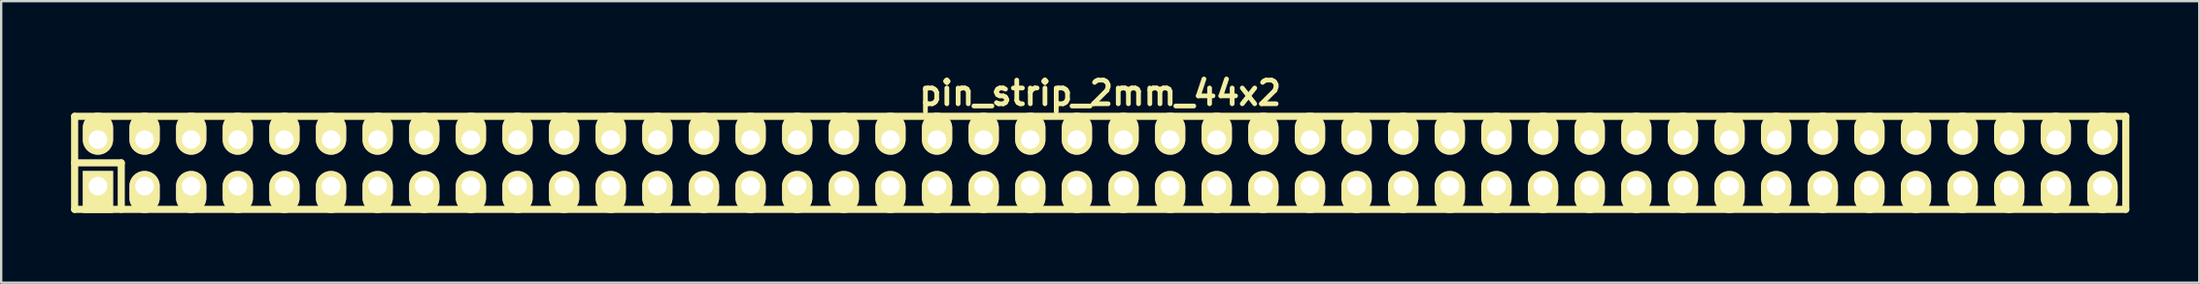
<source format=kicad_pcb>
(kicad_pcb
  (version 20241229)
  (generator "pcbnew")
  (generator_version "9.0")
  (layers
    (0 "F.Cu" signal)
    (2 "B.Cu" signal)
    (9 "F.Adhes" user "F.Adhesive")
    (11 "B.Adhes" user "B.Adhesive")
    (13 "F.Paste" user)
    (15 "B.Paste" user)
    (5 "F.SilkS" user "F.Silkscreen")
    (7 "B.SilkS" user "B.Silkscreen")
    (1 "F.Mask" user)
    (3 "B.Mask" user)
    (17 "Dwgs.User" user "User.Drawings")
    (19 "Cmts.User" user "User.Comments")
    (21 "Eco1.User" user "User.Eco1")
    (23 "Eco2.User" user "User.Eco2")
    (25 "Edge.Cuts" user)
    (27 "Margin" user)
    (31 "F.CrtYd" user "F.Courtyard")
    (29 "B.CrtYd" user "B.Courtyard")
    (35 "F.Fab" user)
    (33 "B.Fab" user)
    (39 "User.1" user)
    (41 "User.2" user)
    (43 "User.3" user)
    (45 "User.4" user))
  (footprint "pin_strip_2mm_44x2"
    (layer "F.Cu")
    (at 44.152 3.951)
    (property "Reference" "pin_strip_2mm_44x2" (at 0 -3 0) (layer "F.SilkS") (effects (font (size 1.016 1.016) (thickness 0.203))))
    (attr through_hole)
    (fp_line (start -44 -2) (end 44 -2) (stroke (width 0.305) (type solid)) (layer "F.SilkS"))
    (fp_line (start -44 0) (end -42 0) (stroke (width 0.305) (type solid)) (layer "F.SilkS"))
    (fp_line (start -44 2) (end -44 -2) (stroke (width 0.305) (type solid)) (layer "F.SilkS"))
    (fp_line (start -42 0) (end -42 2) (stroke (width 0.305) (type solid)) (layer "F.SilkS"))
    (fp_line (start 44 -2) (end 44 2) (stroke (width 0.305) (type solid)) (layer "F.SilkS"))
    (fp_line (start 44 2) (end -44 2) (stroke (width 0.305) (type solid)) (layer "F.SilkS"))
    (pad "1" thru_hole rect (at -43 1) (size 1.3 1.8) (drill 0.8 (offset 0 0.25)) (layers "*.Cu" "*.Mask" "F.SilkS"))
    (pad "2" thru_hole oval (at -43 -1) (size 1.3 1.8) (drill 0.8 (offset 0 -0.25)) (layers "*.Cu" "*.Mask" "F.SilkS"))
    (pad "3" thru_hole oval (at -41 1) (size 1.3 1.8) (drill 0.8 (offset 0 0.25)) (layers "*.Cu" "*.Mask" "F.SilkS"))
    (pad "4" thru_hole oval (at -41 -1) (size 1.3 1.8) (drill 0.8 (offset 0 -0.25)) (layers "*.Cu" "*.Mask" "F.SilkS"))
    (pad "5" thru_hole oval (at -39 1) (size 1.3 1.8) (drill 0.8 (offset 0 0.25)) (layers "*.Cu" "*.Mask" "F.SilkS"))
    (pad "6" thru_hole oval (at -39 -1) (size 1.3 1.8) (drill 0.8 (offset 0 -0.25)) (layers "*.Cu" "*.Mask" "F.SilkS"))
    (pad "7" thru_hole oval (at -37 1) (size 1.3 1.8) (drill 0.8 (offset 0 0.25)) (layers "*.Cu" "*.Mask" "F.SilkS"))
    (pad "8" thru_hole oval (at -37 -1) (size 1.3 1.8) (drill 0.8 (offset 0 -0.25)) (layers "*.Cu" "*.Mask" "F.SilkS"))
    (pad "9" thru_hole oval (at -35 1) (size 1.3 1.8) (drill 0.8 (offset 0 0.25)) (layers "*.Cu" "*.Mask" "F.SilkS"))
    (pad "10" thru_hole oval (at -35 -1) (size 1.3 1.8) (drill 0.8 (offset 0 -0.25)) (layers "*.Cu" "*.Mask" "F.SilkS"))
    (pad "11" thru_hole oval (at -33 1) (size 1.3 1.8) (drill 0.8 (offset 0 0.25)) (layers "*.Cu" "*.Mask" "F.SilkS"))
    (pad "12" thru_hole oval (at -33 -1) (size 1.3 1.8) (drill 0.8 (offset 0 -0.25)) (layers "*.Cu" "*.Mask" "F.SilkS"))
    (pad "13" thru_hole oval (at -31 1) (size 1.3 1.8) (drill 0.8 (offset 0 0.25)) (layers "*.Cu" "*.Mask" "F.SilkS"))
    (pad "14" thru_hole oval (at -31 -1) (size 1.3 1.8) (drill 0.8 (offset 0 -0.25)) (layers "*.Cu" "*.Mask" "F.SilkS"))
    (pad "15" thru_hole oval (at -29 1) (size 1.3 1.8) (drill 0.8 (offset 0 0.25)) (layers "*.Cu" "*.Mask" "F.SilkS"))
    (pad "16" thru_hole oval (at -29 -1) (size 1.3 1.8) (drill 0.8 (offset 0 -0.25)) (layers "*.Cu" "*.Mask" "F.SilkS"))
    (pad "17" thru_hole oval (at -27 1) (size 1.3 1.8) (drill 0.8 (offset 0 0.25)) (layers "*.Cu" "*.Mask" "F.SilkS"))
    (pad "18" thru_hole oval (at -27 -1) (size 1.3 1.8) (drill 0.8 (offset 0 -0.25)) (layers "*.Cu" "*.Mask" "F.SilkS"))
    (pad "19" thru_hole oval (at -25 1) (size 1.3 1.8) (drill 0.8 (offset 0 0.25)) (layers "*.Cu" "*.Mask" "F.SilkS"))
    (pad "20" thru_hole oval (at -25 -1) (size 1.3 1.8) (drill 0.8 (offset 0 -0.25)) (layers "*.Cu" "*.Mask" "F.SilkS"))
    (pad "21" thru_hole oval (at -23 1) (size 1.3 1.8) (drill 0.8 (offset 0 0.25)) (layers "*.Cu" "*.Mask" "F.SilkS"))
    (pad "22" thru_hole oval (at -23 -1) (size 1.3 1.8) (drill 0.8 (offset 0 -0.25)) (layers "*.Cu" "*.Mask" "F.SilkS"))
    (pad "23" thru_hole oval (at -21 1) (size 1.3 1.8) (drill 0.8 (offset 0 0.25)) (layers "*.Cu" "*.Mask" "F.SilkS"))
    (pad "24" thru_hole oval (at -21 -1) (size 1.3 1.8) (drill 0.8 (offset 0 -0.25)) (layers "*.Cu" "*.Mask" "F.SilkS"))
    (pad "25" thru_hole oval (at -19 1) (size 1.3 1.8) (drill 0.8 (offset 0 0.25)) (layers "*.Cu" "*.Mask" "F.SilkS"))
    (pad "26" thru_hole oval (at -19 -1) (size 1.3 1.8) (drill 0.8 (offset 0 -0.25)) (layers "*.Cu" "*.Mask" "F.SilkS"))
    (pad "27" thru_hole oval (at -17 1) (size 1.3 1.8) (drill 0.8 (offset 0 0.25)) (layers "*.Cu" "*.Mask" "F.SilkS"))
    (pad "28" thru_hole oval (at -17 -1) (size 1.3 1.8) (drill 0.8 (offset 0 -0.25)) (layers "*.Cu" "*.Mask" "F.SilkS"))
    (pad "29" thru_hole oval (at -15 1) (size 1.3 1.8) (drill 0.8 (offset 0 0.25)) (layers "*.Cu" "*.Mask" "F.SilkS"))
    (pad "30" thru_hole oval (at -15 -1) (size 1.3 1.8) (drill 0.8 (offset 0 -0.25)) (layers "*.Cu" "*.Mask" "F.SilkS"))
    (pad "31" thru_hole oval (at -13 1) (size 1.3 1.8) (drill 0.8 (offset 0 0.25)) (layers "*.Cu" "*.Mask" "F.SilkS"))
    (pad "32" thru_hole oval (at -13 -1) (size 1.3 1.8) (drill 0.8 (offset 0 -0.25)) (layers "*.Cu" "*.Mask" "F.SilkS"))
    (pad "33" thru_hole oval (at -11 1) (size 1.3 1.8) (drill 0.8 (offset 0 0.25)) (layers "*.Cu" "*.Mask" "F.SilkS"))
    (pad "34" thru_hole oval (at -11 -1) (size 1.3 1.8) (drill 0.8 (offset 0 -0.25)) (layers "*.Cu" "*.Mask" "F.SilkS"))
    (pad "35" thru_hole oval (at -9 1) (size 1.3 1.8) (drill 0.8 (offset 0 0.25)) (layers "*.Cu" "*.Mask" "F.SilkS"))
    (pad "36" thru_hole oval (at -9 -1) (size 1.3 1.8) (drill 0.8 (offset 0 -0.25)) (layers "*.Cu" "*.Mask" "F.SilkS"))
    (pad "37" thru_hole oval (at -7 1) (size 1.3 1.8) (drill 0.8 (offset 0 0.25)) (layers "*.Cu" "*.Mask" "F.SilkS"))
    (pad "38" thru_hole oval (at -7 -1) (size 1.3 1.8) (drill 0.8 (offset 0 -0.25)) (layers "*.Cu" "*.Mask" "F.SilkS"))
    (pad "39" thru_hole oval (at -5 1) (size 1.3 1.8) (drill 0.8 (offset 0 0.25)) (layers "*.Cu" "*.Mask" "F.SilkS"))
    (pad "40" thru_hole oval (at -5 -1) (size 1.3 1.8) (drill 0.8 (offset 0 -0.25)) (layers "*.Cu" "*.Mask" "F.SilkS"))
    (pad "41" thru_hole oval (at -3 1) (size 1.3 1.8) (drill 0.8 (offset 0 0.25)) (layers "*.Cu" "*.Mask" "F.SilkS"))
    (pad "42" thru_hole oval (at -3 -1) (size 1.3 1.8) (drill 0.8 (offset 0 -0.25)) (layers "*.Cu" "*.Mask" "F.SilkS"))
    (pad "43" thru_hole oval (at -1 1) (size 1.3 1.8) (drill 0.8 (offset 0 0.25)) (layers "*.Cu" "*.Mask" "F.SilkS"))
    (pad "44" thru_hole oval (at -1 -1) (size 1.3 1.8) (drill 0.8 (offset 0 -0.25)) (layers "*.Cu" "*.Mask" "F.SilkS"))
    (pad "45" thru_hole oval (at 1 1) (size 1.3 1.8) (drill 0.8 (offset 0 0.25)) (layers "*.Cu" "*.Mask" "F.SilkS"))
    (pad "46" thru_hole oval (at 1 -1) (size 1.3 1.8) (drill 0.8 (offset 0 -0.25)) (layers "*.Cu" "*.Mask" "F.SilkS"))
    (pad "47" thru_hole oval (at 3 1) (size 1.3 1.8) (drill 0.8 (offset 0 0.25)) (layers "*.Cu" "*.Mask" "F.SilkS"))
    (pad "48" thru_hole oval (at 3 -1) (size 1.3 1.8) (drill 0.8 (offset 0 -0.25)) (layers "*.Cu" "*.Mask" "F.SilkS"))
    (pad "49" thru_hole oval (at 5 1) (size 1.3 1.8) (drill 0.8 (offset 0 0.25)) (layers "*.Cu" "*.Mask" "F.SilkS"))
    (pad "50" thru_hole oval (at 5 -1) (size 1.3 1.8) (drill 0.8 (offset 0 -0.25)) (layers "*.Cu" "*.Mask" "F.SilkS"))
    (pad "51" thru_hole oval (at 7 1) (size 1.3 1.8) (drill 0.8 (offset 0 0.25)) (layers "*.Cu" "*.Mask" "F.SilkS"))
    (pad "52" thru_hole oval (at 7 -1) (size 1.3 1.8) (drill 0.8 (offset 0 -0.25)) (layers "*.Cu" "*.Mask" "F.SilkS"))
    (pad "53" thru_hole oval (at 9 1) (size 1.3 1.8) (drill 0.8 (offset 0 0.25)) (layers "*.Cu" "*.Mask" "F.SilkS"))
    (pad "54" thru_hole oval (at 9 -1) (size 1.3 1.8) (drill 0.8 (offset 0 -0.25)) (layers "*.Cu" "*.Mask" "F.SilkS"))
    (pad "55" thru_hole oval (at 11 1) (size 1.3 1.8) (drill 0.8 (offset 0 0.25)) (layers "*.Cu" "*.Mask" "F.SilkS"))
    (pad "56" thru_hole oval (at 11 -1) (size 1.3 1.8) (drill 0.8 (offset 0 -0.25)) (layers "*.Cu" "*.Mask" "F.SilkS"))
    (pad "57" thru_hole oval (at 13 1) (size 1.3 1.8) (drill 0.8 (offset 0 0.25)) (layers "*.Cu" "*.Mask" "F.SilkS"))
    (pad "58" thru_hole oval (at 13 -1) (size 1.3 1.8) (drill 0.8 (offset 0 -0.25)) (layers "*.Cu" "*.Mask" "F.SilkS"))
    (pad "59" thru_hole oval (at 15 1) (size 1.3 1.8) (drill 0.8 (offset 0 0.25)) (layers "*.Cu" "*.Mask" "F.SilkS"))
    (pad "60" thru_hole oval (at 15 -1) (size 1.3 1.8) (drill 0.8 (offset 0 -0.25)) (layers "*.Cu" "*.Mask" "F.SilkS"))
    (pad "61" thru_hole oval (at 17 1) (size 1.3 1.8) (drill 0.8 (offset 0 0.25)) (layers "*.Cu" "*.Mask" "F.SilkS"))
    (pad "62" thru_hole oval (at 17 -1) (size 1.3 1.8) (drill 0.8 (offset 0 -0.25)) (layers "*.Cu" "*.Mask" "F.SilkS"))
    (pad "63" thru_hole oval (at 19 1) (size 1.3 1.8) (drill 0.8 (offset 0 0.25)) (layers "*.Cu" "*.Mask" "F.SilkS"))
    (pad "64" thru_hole oval (at 19 -1) (size 1.3 1.8) (drill 0.8 (offset 0 -0.25)) (layers "*.Cu" "*.Mask" "F.SilkS"))
    (pad "65" thru_hole oval (at 21 1) (size 1.3 1.8) (drill 0.8 (offset 0 0.25)) (layers "*.Cu" "*.Mask" "F.SilkS"))
    (pad "66" thru_hole oval (at 21 -1) (size 1.3 1.8) (drill 0.8 (offset 0 -0.25)) (layers "*.Cu" "*.Mask" "F.SilkS"))
    (pad "67" thru_hole oval (at 23 1) (size 1.3 1.8) (drill 0.8 (offset 0 0.25)) (layers "*.Cu" "*.Mask" "F.SilkS"))
    (pad "68" thru_hole oval (at 23 -1) (size 1.3 1.8) (drill 0.8 (offset 0 -0.25)) (layers "*.Cu" "*.Mask" "F.SilkS"))
    (pad "69" thru_hole oval (at 25 1) (size 1.3 1.8) (drill 0.8 (offset 0 0.25)) (layers "*.Cu" "*.Mask" "F.SilkS"))
    (pad "70" thru_hole oval (at 25 -1) (size 1.3 1.8) (drill 0.8 (offset 0 -0.25)) (layers "*.Cu" "*.Mask" "F.SilkS"))
    (pad "71" thru_hole oval (at 27 1) (size 1.3 1.8) (drill 0.8 (offset 0 0.25)) (layers "*.Cu" "*.Mask" "F.SilkS"))
    (pad "72" thru_hole oval (at 27 -1) (size 1.3 1.8) (drill 0.8 (offset 0 -0.25)) (layers "*.Cu" "*.Mask" "F.SilkS"))
    (pad "73" thru_hole oval (at 29 1) (size 1.3 1.8) (drill 0.8 (offset 0 0.25)) (layers "*.Cu" "*.Mask" "F.SilkS"))
    (pad "74" thru_hole oval (at 29 -1) (size 1.3 1.8) (drill 0.8 (offset 0 -0.25)) (layers "*.Cu" "*.Mask" "F.SilkS"))
    (pad "75" thru_hole oval (at 31 1) (size 1.3 1.8) (drill 0.8 (offset 0 0.25)) (layers "*.Cu" "*.Mask" "F.SilkS"))
    (pad "76" thru_hole oval (at 31 -1) (size 1.3 1.8) (drill 0.8 (offset 0 -0.25)) (layers "*.Cu" "*.Mask" "F.SilkS"))
    (pad "77" thru_hole oval (at 33 1) (size 1.3 1.8) (drill 0.8 (offset 0 0.25)) (layers "*.Cu" "*.Mask" "F.SilkS"))
    (pad "78" thru_hole oval (at 33 -1) (size 1.3 1.8) (drill 0.8 (offset 0 -0.25)) (layers "*.Cu" "*.Mask" "F.SilkS"))
    (pad "79" thru_hole oval (at 35 1) (size 1.3 1.8) (drill 0.8 (offset 0 0.25)) (layers "*.Cu" "*.Mask" "F.SilkS"))
    (pad "80" thru_hole oval (at 35 -1) (size 1.3 1.8) (drill 0.8 (offset 0 -0.25)) (layers "*.Cu" "*.Mask" "F.SilkS"))
    (pad "81" thru_hole oval (at 37 1) (size 1.3 1.8) (drill 0.8 (offset 0 0.25)) (layers "*.Cu" "*.Mask" "F.SilkS"))
    (pad "82" thru_hole oval (at 37 -1) (size 1.3 1.8) (drill 0.8 (offset 0 -0.25)) (layers "*.Cu" "*.Mask" "F.SilkS"))
    (pad "83" thru_hole oval (at 39 1) (size 1.3 1.8) (drill 0.8 (offset 0 0.25)) (layers "*.Cu" "*.Mask" "F.SilkS"))
    (pad "84" thru_hole oval (at 39 -1) (size 1.3 1.8) (drill 0.8 (offset 0 -0.25)) (layers "*.Cu" "*.Mask" "F.SilkS"))
    (pad "85" thru_hole oval (at 41 1) (size 1.3 1.8) (drill 0.8 (offset 0 0.25)) (layers "*.Cu" "*.Mask" "F.SilkS"))
    (pad "86" thru_hole oval (at 41 -1) (size 1.3 1.8) (drill 0.8 (offset 0 -0.25)) (layers "*.Cu" "*.Mask" "F.SilkS"))
    (pad "87" thru_hole oval (at 43 1) (size 1.3 1.8) (drill 0.8 (offset 0 0.25)) (layers "*.Cu" "*.Mask" "F.SilkS"))
    (pad "88" thru_hole oval (at 43 -1) (size 1.3 1.8) (drill 0.8 (offset 0 -0.25)) (layers "*.Cu" "*.Mask" "F.SilkS")))
  (gr_rect
    (start -3 -3)
    (end 91.305 9.103)
    (stroke (width 0.1) (type default))
    (fill no)
    (layer "Edge.Cuts")))
</source>
